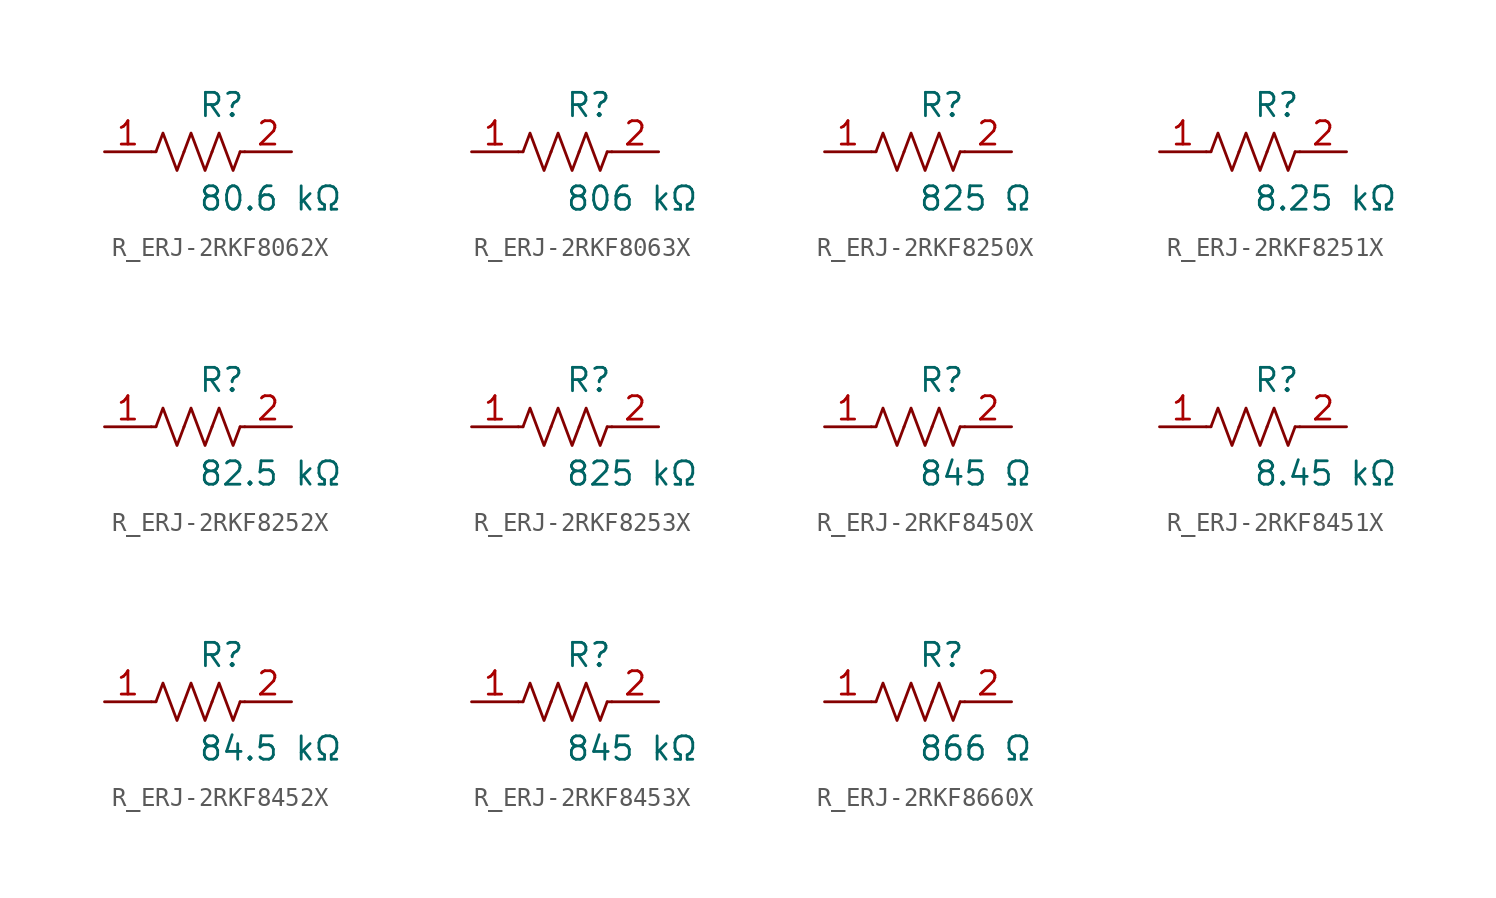
<source format=kicad_sym>
(kicad_symbol_lib
  (version 20231120)
  (generator kicad_symbol_editor)
  (generator_version 8.0)
  (symbol "R_ERJ-2RKF8062X"
    (pin_names
      (offset 0.254))
    (property "Reference" "R"
      (at 0 2.54 0)
      (effects (font (size 1.27 1.27)) (justify left)))
    (property "Value" "80.6 kΩ"
      (at 0 -2.54 0)
      (effects (font (size 1.27 1.27)) (justify left)))
    (symbol "R_ERJ-2RKF8062X_0_1"
      (polyline (pts (xy 2.286 0) (xy 2.54 0)) (stroke (width 0) (type default)) (fill (type none)))
      (polyline (pts (xy -2.286 0) (xy -2.54 0)) (stroke (width 0) (type default)) (fill (type none)))
      (polyline (pts (xy 0.762 0) (xy 1.143 1.016) (xy 1.524 0) (xy 1.905 -1.016) (xy 2.286 0)) (stroke (width 0) (type default)) (fill (type none)))
      (polyline (pts (xy -0.762 0) (xy -0.381 1.016) (xy 0 0) (xy 0.381 -1.016) (xy 0.762 0)) (stroke (width 0) (type default)) (fill (type none)))
      (polyline (pts (xy -2.286 0) (xy -1.905 1.016) (xy -1.524 0) (xy -1.143 -1.016) (xy -0.762 0)) (stroke (width 0) (type default)) (fill (type none))))
    (pin unspecified line
      (at -5.08 0 0)
      (length 2.54)
      (name "" (effects (font (size 1.27 1.27))))
      (number "1" (effects (font (size 1.27 1.27)))))
    (pin unspecified line
      (at 5.08 0 180)
      (length 2.54)
      (name "" (effects (font (size 1.27 1.27))))
      (number "2" (effects (font (size 1.27 1.27))))))
  (symbol "R_ERJ-2RKF8063X"
    (pin_names
      (offset 0.254))
    (property "Reference" "R"
      (at 0 2.54 0)
      (effects (font (size 1.27 1.27)) (justify left)))
    (property "Value" "806 kΩ"
      (at 0 -2.54 0)
      (effects (font (size 1.27 1.27)) (justify left)))
    (symbol "R_ERJ-2RKF8063X_0_1"
      (polyline (pts (xy 2.286 0) (xy 2.54 0)) (stroke (width 0) (type default)) (fill (type none)))
      (polyline (pts (xy -2.286 0) (xy -2.54 0)) (stroke (width 0) (type default)) (fill (type none)))
      (polyline (pts (xy 0.762 0) (xy 1.143 1.016) (xy 1.524 0) (xy 1.905 -1.016) (xy 2.286 0)) (stroke (width 0) (type default)) (fill (type none)))
      (polyline (pts (xy -0.762 0) (xy -0.381 1.016) (xy 0 0) (xy 0.381 -1.016) (xy 0.762 0)) (stroke (width 0) (type default)) (fill (type none)))
      (polyline (pts (xy -2.286 0) (xy -1.905 1.016) (xy -1.524 0) (xy -1.143 -1.016) (xy -0.762 0)) (stroke (width 0) (type default)) (fill (type none))))
    (pin unspecified line
      (at -5.08 0 0)
      (length 2.54)
      (name "" (effects (font (size 1.27 1.27))))
      (number "1" (effects (font (size 1.27 1.27)))))
    (pin unspecified line
      (at 5.08 0 180)
      (length 2.54)
      (name "" (effects (font (size 1.27 1.27))))
      (number "2" (effects (font (size 1.27 1.27))))))
  (symbol "R_ERJ-2RKF8250X"
    (pin_names
      (offset 0.254))
    (property "Reference" "R"
      (at 0 2.54 0)
      (effects (font (size 1.27 1.27)) (justify left)))
    (property "Value" "825 Ω"
      (at 0 -2.54 0)
      (effects (font (size 1.27 1.27)) (justify left)))
    (symbol "R_ERJ-2RKF8250X_0_1"
      (polyline (pts (xy 2.286 0) (xy 2.54 0)) (stroke (width 0) (type default)) (fill (type none)))
      (polyline (pts (xy -2.286 0) (xy -2.54 0)) (stroke (width 0) (type default)) (fill (type none)))
      (polyline (pts (xy 0.762 0) (xy 1.143 1.016) (xy 1.524 0) (xy 1.905 -1.016) (xy 2.286 0)) (stroke (width 0) (type default)) (fill (type none)))
      (polyline (pts (xy -0.762 0) (xy -0.381 1.016) (xy 0 0) (xy 0.381 -1.016) (xy 0.762 0)) (stroke (width 0) (type default)) (fill (type none)))
      (polyline (pts (xy -2.286 0) (xy -1.905 1.016) (xy -1.524 0) (xy -1.143 -1.016) (xy -0.762 0)) (stroke (width 0) (type default)) (fill (type none))))
    (pin unspecified line
      (at -5.08 0 0)
      (length 2.54)
      (name "" (effects (font (size 1.27 1.27))))
      (number "1" (effects (font (size 1.27 1.27)))))
    (pin unspecified line
      (at 5.08 0 180)
      (length 2.54)
      (name "" (effects (font (size 1.27 1.27))))
      (number "2" (effects (font (size 1.27 1.27))))))
  (symbol "R_ERJ-2RKF8251X"
    (pin_names
      (offset 0.254))
    (property "Reference" "R"
      (at 0 2.54 0)
      (effects (font (size 1.27 1.27)) (justify left)))
    (property "Value" "8.25 kΩ"
      (at 0 -2.54 0)
      (effects (font (size 1.27 1.27)) (justify left)))
    (symbol "R_ERJ-2RKF8251X_0_1"
      (polyline (pts (xy 2.286 0) (xy 2.54 0)) (stroke (width 0) (type default)) (fill (type none)))
      (polyline (pts (xy -2.286 0) (xy -2.54 0)) (stroke (width 0) (type default)) (fill (type none)))
      (polyline (pts (xy 0.762 0) (xy 1.143 1.016) (xy 1.524 0) (xy 1.905 -1.016) (xy 2.286 0)) (stroke (width 0) (type default)) (fill (type none)))
      (polyline (pts (xy -0.762 0) (xy -0.381 1.016) (xy 0 0) (xy 0.381 -1.016) (xy 0.762 0)) (stroke (width 0) (type default)) (fill (type none)))
      (polyline (pts (xy -2.286 0) (xy -1.905 1.016) (xy -1.524 0) (xy -1.143 -1.016) (xy -0.762 0)) (stroke (width 0) (type default)) (fill (type none))))
    (pin unspecified line
      (at -5.08 0 0)
      (length 2.54)
      (name "" (effects (font (size 1.27 1.27))))
      (number "1" (effects (font (size 1.27 1.27)))))
    (pin unspecified line
      (at 5.08 0 180)
      (length 2.54)
      (name "" (effects (font (size 1.27 1.27))))
      (number "2" (effects (font (size 1.27 1.27))))))
  (symbol "R_ERJ-2RKF8252X"
    (pin_names
      (offset 0.254))
    (property "Reference" "R"
      (at 0 2.54 0)
      (effects (font (size 1.27 1.27)) (justify left)))
    (property "Value" "82.5 kΩ"
      (at 0 -2.54 0)
      (effects (font (size 1.27 1.27)) (justify left)))
    (symbol "R_ERJ-2RKF8252X_0_1"
      (polyline (pts (xy 2.286 0) (xy 2.54 0)) (stroke (width 0) (type default)) (fill (type none)))
      (polyline (pts (xy -2.286 0) (xy -2.54 0)) (stroke (width 0) (type default)) (fill (type none)))
      (polyline (pts (xy 0.762 0) (xy 1.143 1.016) (xy 1.524 0) (xy 1.905 -1.016) (xy 2.286 0)) (stroke (width 0) (type default)) (fill (type none)))
      (polyline (pts (xy -0.762 0) (xy -0.381 1.016) (xy 0 0) (xy 0.381 -1.016) (xy 0.762 0)) (stroke (width 0) (type default)) (fill (type none)))
      (polyline (pts (xy -2.286 0) (xy -1.905 1.016) (xy -1.524 0) (xy -1.143 -1.016) (xy -0.762 0)) (stroke (width 0) (type default)) (fill (type none))))
    (pin unspecified line
      (at -5.08 0 0)
      (length 2.54)
      (name "" (effects (font (size 1.27 1.27))))
      (number "1" (effects (font (size 1.27 1.27)))))
    (pin unspecified line
      (at 5.08 0 180)
      (length 2.54)
      (name "" (effects (font (size 1.27 1.27))))
      (number "2" (effects (font (size 1.27 1.27))))))
  (symbol "R_ERJ-2RKF8253X"
    (pin_names
      (offset 0.254))
    (property "Reference" "R"
      (at 0 2.54 0)
      (effects (font (size 1.27 1.27)) (justify left)))
    (property "Value" "825 kΩ"
      (at 0 -2.54 0)
      (effects (font (size 1.27 1.27)) (justify left)))
    (symbol "R_ERJ-2RKF8253X_0_1"
      (polyline (pts (xy 2.286 0) (xy 2.54 0)) (stroke (width 0) (type default)) (fill (type none)))
      (polyline (pts (xy -2.286 0) (xy -2.54 0)) (stroke (width 0) (type default)) (fill (type none)))
      (polyline (pts (xy 0.762 0) (xy 1.143 1.016) (xy 1.524 0) (xy 1.905 -1.016) (xy 2.286 0)) (stroke (width 0) (type default)) (fill (type none)))
      (polyline (pts (xy -0.762 0) (xy -0.381 1.016) (xy 0 0) (xy 0.381 -1.016) (xy 0.762 0)) (stroke (width 0) (type default)) (fill (type none)))
      (polyline (pts (xy -2.286 0) (xy -1.905 1.016) (xy -1.524 0) (xy -1.143 -1.016) (xy -0.762 0)) (stroke (width 0) (type default)) (fill (type none))))
    (pin unspecified line
      (at -5.08 0 0)
      (length 2.54)
      (name "" (effects (font (size 1.27 1.27))))
      (number "1" (effects (font (size 1.27 1.27)))))
    (pin unspecified line
      (at 5.08 0 180)
      (length 2.54)
      (name "" (effects (font (size 1.27 1.27))))
      (number "2" (effects (font (size 1.27 1.27))))))
  (symbol "R_ERJ-2RKF8450X"
    (pin_names
      (offset 0.254))
    (property "Reference" "R"
      (at 0 2.54 0)
      (effects (font (size 1.27 1.27)) (justify left)))
    (property "Value" "845 Ω"
      (at 0 -2.54 0)
      (effects (font (size 1.27 1.27)) (justify left)))
    (symbol "R_ERJ-2RKF8450X_0_1"
      (polyline (pts (xy 2.286 0) (xy 2.54 0)) (stroke (width 0) (type default)) (fill (type none)))
      (polyline (pts (xy -2.286 0) (xy -2.54 0)) (stroke (width 0) (type default)) (fill (type none)))
      (polyline (pts (xy 0.762 0) (xy 1.143 1.016) (xy 1.524 0) (xy 1.905 -1.016) (xy 2.286 0)) (stroke (width 0) (type default)) (fill (type none)))
      (polyline (pts (xy -0.762 0) (xy -0.381 1.016) (xy 0 0) (xy 0.381 -1.016) (xy 0.762 0)) (stroke (width 0) (type default)) (fill (type none)))
      (polyline (pts (xy -2.286 0) (xy -1.905 1.016) (xy -1.524 0) (xy -1.143 -1.016) (xy -0.762 0)) (stroke (width 0) (type default)) (fill (type none))))
    (pin unspecified line
      (at -5.08 0 0)
      (length 2.54)
      (name "" (effects (font (size 1.27 1.27))))
      (number "1" (effects (font (size 1.27 1.27)))))
    (pin unspecified line
      (at 5.08 0 180)
      (length 2.54)
      (name "" (effects (font (size 1.27 1.27))))
      (number "2" (effects (font (size 1.27 1.27))))))
  (symbol "R_ERJ-2RKF8451X"
    (pin_names
      (offset 0.254))
    (property "Reference" "R"
      (at 0 2.54 0)
      (effects (font (size 1.27 1.27)) (justify left)))
    (property "Value" "8.45 kΩ"
      (at 0 -2.54 0)
      (effects (font (size 1.27 1.27)) (justify left)))
    (symbol "R_ERJ-2RKF8451X_0_1"
      (polyline (pts (xy 2.286 0) (xy 2.54 0)) (stroke (width 0) (type default)) (fill (type none)))
      (polyline (pts (xy -2.286 0) (xy -2.54 0)) (stroke (width 0) (type default)) (fill (type none)))
      (polyline (pts (xy 0.762 0) (xy 1.143 1.016) (xy 1.524 0) (xy 1.905 -1.016) (xy 2.286 0)) (stroke (width 0) (type default)) (fill (type none)))
      (polyline (pts (xy -0.762 0) (xy -0.381 1.016) (xy 0 0) (xy 0.381 -1.016) (xy 0.762 0)) (stroke (width 0) (type default)) (fill (type none)))
      (polyline (pts (xy -2.286 0) (xy -1.905 1.016) (xy -1.524 0) (xy -1.143 -1.016) (xy -0.762 0)) (stroke (width 0) (type default)) (fill (type none))))
    (pin unspecified line
      (at -5.08 0 0)
      (length 2.54)
      (name "" (effects (font (size 1.27 1.27))))
      (number "1" (effects (font (size 1.27 1.27)))))
    (pin unspecified line
      (at 5.08 0 180)
      (length 2.54)
      (name "" (effects (font (size 1.27 1.27))))
      (number "2" (effects (font (size 1.27 1.27))))))
  (symbol "R_ERJ-2RKF8452X"
    (pin_names
      (offset 0.254))
    (property "Reference" "R"
      (at 0 2.54 0)
      (effects (font (size 1.27 1.27)) (justify left)))
    (property "Value" "84.5 kΩ"
      (at 0 -2.54 0)
      (effects (font (size 1.27 1.27)) (justify left)))
    (symbol "R_ERJ-2RKF8452X_0_1"
      (polyline (pts (xy 2.286 0) (xy 2.54 0)) (stroke (width 0) (type default)) (fill (type none)))
      (polyline (pts (xy -2.286 0) (xy -2.54 0)) (stroke (width 0) (type default)) (fill (type none)))
      (polyline (pts (xy 0.762 0) (xy 1.143 1.016) (xy 1.524 0) (xy 1.905 -1.016) (xy 2.286 0)) (stroke (width 0) (type default)) (fill (type none)))
      (polyline (pts (xy -0.762 0) (xy -0.381 1.016) (xy 0 0) (xy 0.381 -1.016) (xy 0.762 0)) (stroke (width 0) (type default)) (fill (type none)))
      (polyline (pts (xy -2.286 0) (xy -1.905 1.016) (xy -1.524 0) (xy -1.143 -1.016) (xy -0.762 0)) (stroke (width 0) (type default)) (fill (type none))))
    (pin unspecified line
      (at -5.08 0 0)
      (length 2.54)
      (name "" (effects (font (size 1.27 1.27))))
      (number "1" (effects (font (size 1.27 1.27)))))
    (pin unspecified line
      (at 5.08 0 180)
      (length 2.54)
      (name "" (effects (font (size 1.27 1.27))))
      (number "2" (effects (font (size 1.27 1.27))))))
  (symbol "R_ERJ-2RKF8453X"
    (pin_names
      (offset 0.254))
    (property "Reference" "R"
      (at 0 2.54 0)
      (effects (font (size 1.27 1.27)) (justify left)))
    (property "Value" "845 kΩ"
      (at 0 -2.54 0)
      (effects (font (size 1.27 1.27)) (justify left)))
    (symbol "R_ERJ-2RKF8453X_0_1"
      (polyline (pts (xy 2.286 0) (xy 2.54 0)) (stroke (width 0) (type default)) (fill (type none)))
      (polyline (pts (xy -2.286 0) (xy -2.54 0)) (stroke (width 0) (type default)) (fill (type none)))
      (polyline (pts (xy 0.762 0) (xy 1.143 1.016) (xy 1.524 0) (xy 1.905 -1.016) (xy 2.286 0)) (stroke (width 0) (type default)) (fill (type none)))
      (polyline (pts (xy -0.762 0) (xy -0.381 1.016) (xy 0 0) (xy 0.381 -1.016) (xy 0.762 0)) (stroke (width 0) (type default)) (fill (type none)))
      (polyline (pts (xy -2.286 0) (xy -1.905 1.016) (xy -1.524 0) (xy -1.143 -1.016) (xy -0.762 0)) (stroke (width 0) (type default)) (fill (type none))))
    (pin unspecified line
      (at -5.08 0 0)
      (length 2.54)
      (name "" (effects (font (size 1.27 1.27))))
      (number "1" (effects (font (size 1.27 1.27)))))
    (pin unspecified line
      (at 5.08 0 180)
      (length 2.54)
      (name "" (effects (font (size 1.27 1.27))))
      (number "2" (effects (font (size 1.27 1.27))))))
  (symbol "R_ERJ-2RKF8660X"
    (pin_names
      (offset 0.254))
    (property "Reference" "R"
      (at 0 2.54 0)
      (effects (font (size 1.27 1.27)) (justify left)))
    (property "Value" "866 Ω"
      (at 0 -2.54 0)
      (effects (font (size 1.27 1.27)) (justify left)))
    (symbol "R_ERJ-2RKF8660X_0_1"
      (polyline (pts (xy 2.286 0) (xy 2.54 0)) (stroke (width 0) (type default)) (fill (type none)))
      (polyline (pts (xy -2.286 0) (xy -2.54 0)) (stroke (width 0) (type default)) (fill (type none)))
      (polyline (pts (xy 0.762 0) (xy 1.143 1.016) (xy 1.524 0) (xy 1.905 -1.016) (xy 2.286 0)) (stroke (width 0) (type default)) (fill (type none)))
      (polyline (pts (xy -0.762 0) (xy -0.381 1.016) (xy 0 0) (xy 0.381 -1.016) (xy 0.762 0)) (stroke (width 0) (type default)) (fill (type none)))
      (polyline (pts (xy -2.286 0) (xy -1.905 1.016) (xy -1.524 0) (xy -1.143 -1.016) (xy -0.762 0)) (stroke (width 0) (type default)) (fill (type none))))
    (pin unspecified line
      (at -5.08 0 0)
      (length 2.54)
      (name "" (effects (font (size 1.27 1.27))))
      (number "1" (effects (font (size 1.27 1.27)))))
    (pin unspecified line
      (at 5.08 0 180)
      (length 2.54)
      (name "" (effects (font (size 1.27 1.27))))
      (number "2" (effects (font (size 1.27 1.27)))))))
</source>
